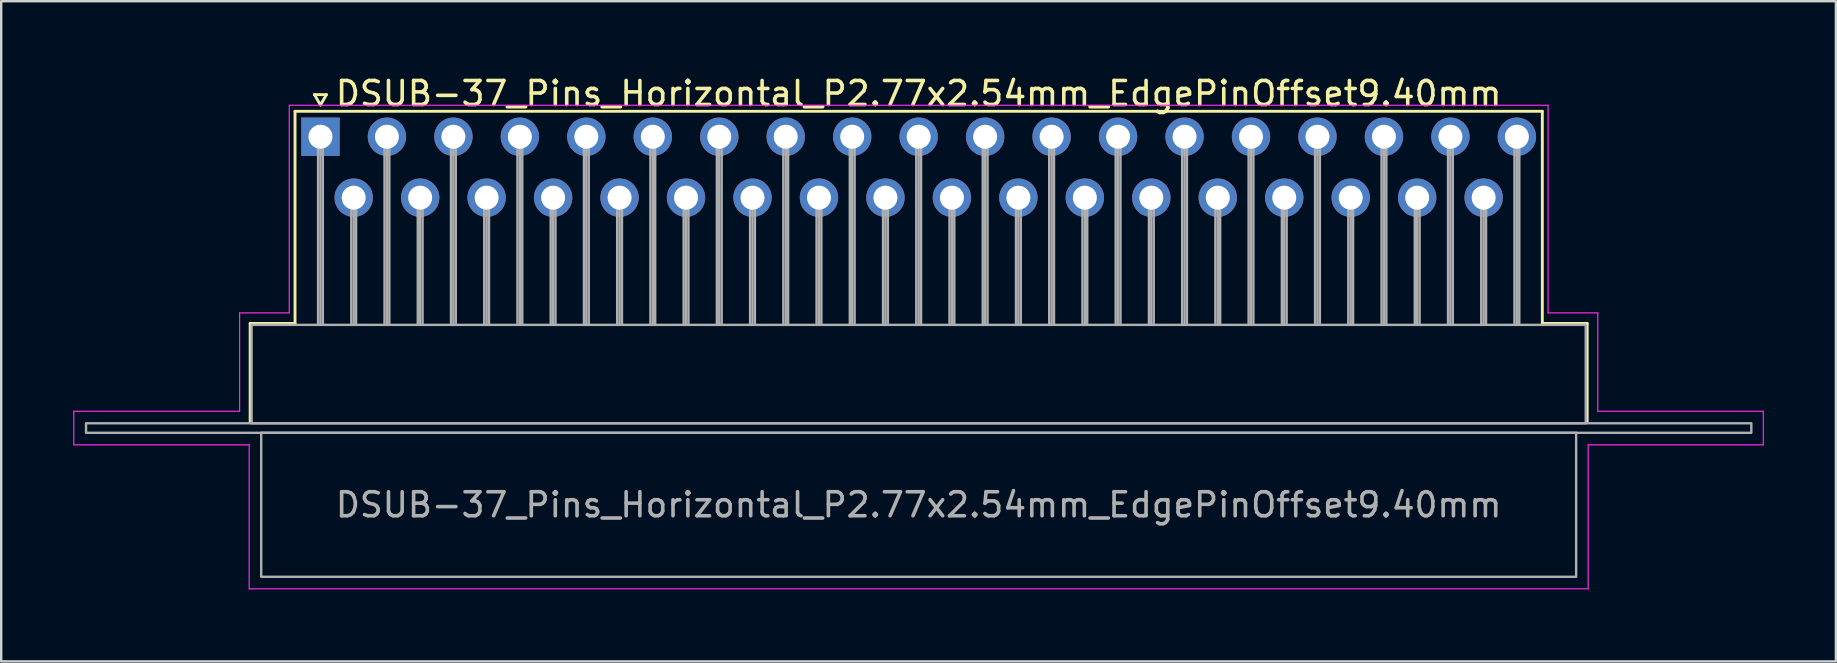
<source format=kicad_pcb>
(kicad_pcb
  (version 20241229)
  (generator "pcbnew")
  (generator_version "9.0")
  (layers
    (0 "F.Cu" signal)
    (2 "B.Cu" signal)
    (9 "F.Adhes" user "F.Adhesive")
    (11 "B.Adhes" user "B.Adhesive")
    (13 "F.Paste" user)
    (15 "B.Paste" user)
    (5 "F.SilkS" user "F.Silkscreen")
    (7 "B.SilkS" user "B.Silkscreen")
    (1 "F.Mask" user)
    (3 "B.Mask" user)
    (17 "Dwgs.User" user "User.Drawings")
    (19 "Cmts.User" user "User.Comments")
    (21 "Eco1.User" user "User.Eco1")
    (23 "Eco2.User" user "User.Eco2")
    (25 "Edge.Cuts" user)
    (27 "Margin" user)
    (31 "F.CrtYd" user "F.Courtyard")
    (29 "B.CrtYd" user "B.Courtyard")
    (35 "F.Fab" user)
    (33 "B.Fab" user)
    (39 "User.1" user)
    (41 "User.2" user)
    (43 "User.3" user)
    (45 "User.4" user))
  (footprint "DSUB-37_Pins_Horizontal_P2.77x2.54mm_EdgePinOffset9.40mm"
    (layer "F.Cu")
    (at 10.305 2.648)
    (property "Reference" "DSUB-37_Pins_Horizontal_P2.77x2.54mm_EdgePinOffset9.40mm" (at 24.93 -1.8 0) (layer "F.SilkS") (effects (font (size 1 1) (thickness 0.15))))
    (attr through_hole)
    (fp_line (start -2.93 7.78) (end -1.06 7.78) (stroke (width 0.12) (type solid)) (layer "F.SilkS"))
    (fp_line (start -2.93 11.88) (end -2.93 7.78) (stroke (width 0.12) (type solid)) (layer "F.SilkS"))
    (fp_line (start -1.06 -1.06) (end 50.92 -1.06) (stroke (width 0.12) (type solid)) (layer "F.SilkS"))
    (fp_line (start -1.06 7.78) (end -1.06 -1.06) (stroke (width 0.12) (type solid)) (layer "F.SilkS"))
    (fp_line (start -0.25 -1.754) (end 0.25 -1.754) (stroke (width 0.12) (type solid)) (layer "F.SilkS"))
    (fp_line (start 0 -1.321) (end -0.25 -1.754) (stroke (width 0.12) (type solid)) (layer "F.SilkS"))
    (fp_line (start 0.25 -1.754) (end 0 -1.321) (stroke (width 0.12) (type solid)) (layer "F.SilkS"))
    (fp_line (start 50.92 -1.06) (end 50.92 7.78) (stroke (width 0.12) (type solid)) (layer "F.SilkS"))
    (fp_line (start 50.92 7.78) (end 52.79 7.78) (stroke (width 0.12) (type solid)) (layer "F.SilkS"))
    (fp_line (start 52.79 7.78) (end 52.79 11.88) (stroke (width 0.12) (type solid)) (layer "F.SilkS"))
    (fp_line (start -10.28 11.44) (end -3.37 11.44) (stroke (width 0.05) (type solid)) (layer "F.CrtYd"))
    (fp_line (start -10.28 12.84) (end -10.28 11.44) (stroke (width 0.05) (type solid)) (layer "F.CrtYd"))
    (fp_line (start -3.37 7.34) (end -1.3 7.34) (stroke (width 0.05) (type solid)) (layer "F.CrtYd"))
    (fp_line (start -3.37 11.44) (end -3.37 7.34) (stroke (width 0.05) (type solid)) (layer "F.CrtYd"))
    (fp_line (start -2.97 12.84) (end -10.28 12.84) (stroke (width 0.05) (type solid)) (layer "F.CrtYd"))
    (fp_line (start -2.97 18.84) (end -2.97 12.84) (stroke (width 0.05) (type solid)) (layer "F.CrtYd"))
    (fp_line (start -1.3 -1.31) (end 51.16 -1.31) (stroke (width 0.05) (type solid)) (layer "F.CrtYd"))
    (fp_line (start -1.3 7.34) (end -1.3 -1.31) (stroke (width 0.05) (type solid)) (layer "F.CrtYd"))
    (fp_line (start 51.16 -1.31) (end 51.16 7.34) (stroke (width 0.05) (type solid)) (layer "F.CrtYd"))
    (fp_line (start 51.16 7.34) (end 53.23 7.34) (stroke (width 0.05) (type solid)) (layer "F.CrtYd"))
    (fp_line (start 52.83 12.84) (end 52.83 18.84) (stroke (width 0.05) (type solid)) (layer "F.CrtYd"))
    (fp_line (start 52.83 18.84) (end -2.97 18.84) (stroke (width 0.05) (type solid)) (layer "F.CrtYd"))
    (fp_line (start 53.23 7.34) (end 53.23 11.44) (stroke (width 0.05) (type solid)) (layer "F.CrtYd"))
    (fp_line (start 53.23 11.44) (end 60.13 11.44) (stroke (width 0.05) (type solid)) (layer "F.CrtYd"))
    (fp_line (start 60.13 11.44) (end 60.13 12.84) (stroke (width 0.05) (type solid)) (layer "F.CrtYd"))
    (fp_line (start 60.13 12.84) (end 52.83 12.84) (stroke (width 0.05) (type solid)) (layer "F.CrtYd"))
    (fp_line (start -0.1 0) (end -0.1 7.84) (stroke (width 0.1) (type solid)) (layer "F.Fab"))
    (fp_line (start 0 0) (end 0 7.84) (stroke (width 0.1) (type solid)) (layer "F.Fab"))
    (fp_line (start 0.1 0) (end 0.1 7.84) (stroke (width 0.1) (type solid)) (layer "F.Fab"))
    (fp_line (start 1.285 2.54) (end 1.285 7.84) (stroke (width 0.1) (type solid)) (layer "F.Fab"))
    (fp_line (start 1.385 2.54) (end 1.385 7.84) (stroke (width 0.1) (type solid)) (layer "F.Fab"))
    (fp_line (start 1.485 2.54) (end 1.485 7.84) (stroke (width 0.1) (type solid)) (layer "F.Fab"))
    (fp_line (start 2.67 0) (end 2.67 7.84) (stroke (width 0.1) (type solid)) (layer "F.Fab"))
    (fp_line (start 2.77 0) (end 2.77 7.84) (stroke (width 0.1) (type solid)) (layer "F.Fab"))
    (fp_line (start 2.87 0) (end 2.87 7.84) (stroke (width 0.1) (type solid)) (layer "F.Fab"))
    (fp_line (start 4.055 2.54) (end 4.055 7.84) (stroke (width 0.1) (type solid)) (layer "F.Fab"))
    (fp_line (start 4.155 2.54) (end 4.155 7.84) (stroke (width 0.1) (type solid)) (layer "F.Fab"))
    (fp_line (start 4.255 2.54) (end 4.255 7.84) (stroke (width 0.1) (type solid)) (layer "F.Fab"))
    (fp_line (start 5.44 0) (end 5.44 7.84) (stroke (width 0.1) (type solid)) (layer "F.Fab"))
    (fp_line (start 5.54 0) (end 5.54 7.84) (stroke (width 0.1) (type solid)) (layer "F.Fab"))
    (fp_line (start 5.64 0) (end 5.64 7.84) (stroke (width 0.1) (type solid)) (layer "F.Fab"))
    (fp_line (start 6.825 2.54) (end 6.825 7.84) (stroke (width 0.1) (type solid)) (layer "F.Fab"))
    (fp_line (start 6.925 2.54) (end 6.925 7.84) (stroke (width 0.1) (type solid)) (layer "F.Fab"))
    (fp_line (start 7.025 2.54) (end 7.025 7.84) (stroke (width 0.1) (type solid)) (layer "F.Fab"))
    (fp_line (start 8.21 0) (end 8.21 7.84) (stroke (width 0.1) (type solid)) (layer "F.Fab"))
    (fp_line (start 8.31 0) (end 8.31 7.84) (stroke (width 0.1) (type solid)) (layer "F.Fab"))
    (fp_line (start 8.41 0) (end 8.41 7.84) (stroke (width 0.1) (type solid)) (layer "F.Fab"))
    (fp_line (start 9.595 2.54) (end 9.595 7.84) (stroke (width 0.1) (type solid)) (layer "F.Fab"))
    (fp_line (start 9.695 2.54) (end 9.695 7.84) (stroke (width 0.1) (type solid)) (layer "F.Fab"))
    (fp_line (start 9.795 2.54) (end 9.795 7.84) (stroke (width 0.1) (type solid)) (layer "F.Fab"))
    (fp_line (start 10.98 0) (end 10.98 7.84) (stroke (width 0.1) (type solid)) (layer "F.Fab"))
    (fp_line (start 11.08 0) (end 11.08 7.84) (stroke (width 0.1) (type solid)) (layer "F.Fab"))
    (fp_line (start 11.18 0) (end 11.18 7.84) (stroke (width 0.1) (type solid)) (layer "F.Fab"))
    (fp_line (start 12.365 2.54) (end 12.365 7.84) (stroke (width 0.1) (type solid)) (layer "F.Fab"))
    (fp_line (start 12.465 2.54) (end 12.465 7.84) (stroke (width 0.1) (type solid)) (layer "F.Fab"))
    (fp_line (start 12.565 2.54) (end 12.565 7.84) (stroke (width 0.1) (type solid)) (layer "F.Fab"))
    (fp_line (start 13.75 0) (end 13.75 7.84) (stroke (width 0.1) (type solid)) (layer "F.Fab"))
    (fp_line (start 13.85 0) (end 13.85 7.84) (stroke (width 0.1) (type solid)) (layer "F.Fab"))
    (fp_line (start 13.95 0) (end 13.95 7.84) (stroke (width 0.1) (type solid)) (layer "F.Fab"))
    (fp_line (start 15.135 2.54) (end 15.135 7.84) (stroke (width 0.1) (type solid)) (layer "F.Fab"))
    (fp_line (start 15.235 2.54) (end 15.235 7.84) (stroke (width 0.1) (type solid)) (layer "F.Fab"))
    (fp_line (start 15.335 2.54) (end 15.335 7.84) (stroke (width 0.1) (type solid)) (layer "F.Fab"))
    (fp_line (start 16.52 0) (end 16.52 7.84) (stroke (width 0.1) (type solid)) (layer "F.Fab"))
    (fp_line (start 16.62 0) (end 16.62 7.84) (stroke (width 0.1) (type solid)) (layer "F.Fab"))
    (fp_line (start 16.72 0) (end 16.72 7.84) (stroke (width 0.1) (type solid)) (layer "F.Fab"))
    (fp_line (start 17.905 2.54) (end 17.905 7.84) (stroke (width 0.1) (type solid)) (layer "F.Fab"))
    (fp_line (start 18.005 2.54) (end 18.005 7.84) (stroke (width 0.1) (type solid)) (layer "F.Fab"))
    (fp_line (start 18.105 2.54) (end 18.105 7.84) (stroke (width 0.1) (type solid)) (layer "F.Fab"))
    (fp_line (start 19.29 0) (end 19.29 7.84) (stroke (width 0.1) (type solid)) (layer "F.Fab"))
    (fp_line (start 19.39 0) (end 19.39 7.84) (stroke (width 0.1) (type solid)) (layer "F.Fab"))
    (fp_line (start 19.49 0) (end 19.49 7.84) (stroke (width 0.1) (type solid)) (layer "F.Fab"))
    (fp_line (start 20.675 2.54) (end 20.675 7.84) (stroke (width 0.1) (type solid)) (layer "F.Fab"))
    (fp_line (start 20.775 2.54) (end 20.775 7.84) (stroke (width 0.1) (type solid)) (layer "F.Fab"))
    (fp_line (start 20.875 2.54) (end 20.875 7.84) (stroke (width 0.1) (type solid)) (layer "F.Fab"))
    (fp_line (start 22.06 0) (end 22.06 7.84) (stroke (width 0.1) (type solid)) (layer "F.Fab"))
    (fp_line (start 22.16 0) (end 22.16 7.84) (stroke (width 0.1) (type solid)) (layer "F.Fab"))
    (fp_line (start 22.26 0) (end 22.26 7.84) (stroke (width 0.1) (type solid)) (layer "F.Fab"))
    (fp_line (start 23.445 2.54) (end 23.445 7.84) (stroke (width 0.1) (type solid)) (layer "F.Fab"))
    (fp_line (start 23.545 2.54) (end 23.545 7.84) (stroke (width 0.1) (type solid)) (layer "F.Fab"))
    (fp_line (start 23.645 2.54) (end 23.645 7.84) (stroke (width 0.1) (type solid)) (layer "F.Fab"))
    (fp_line (start 24.83 0) (end 24.83 7.84) (stroke (width 0.1) (type solid)) (layer "F.Fab"))
    (fp_line (start 24.93 0) (end 24.93 7.84) (stroke (width 0.1) (type solid)) (layer "F.Fab"))
    (fp_line (start 25.03 0) (end 25.03 7.84) (stroke (width 0.1) (type solid)) (layer "F.Fab"))
    (fp_line (start 26.215 2.54) (end 26.215 7.84) (stroke (width 0.1) (type solid)) (layer "F.Fab"))
    (fp_line (start 26.315 2.54) (end 26.315 7.84) (stroke (width 0.1) (type solid)) (layer "F.Fab"))
    (fp_line (start 26.415 2.54) (end 26.415 7.84) (stroke (width 0.1) (type solid)) (layer "F.Fab"))
    (fp_line (start 27.6 0) (end 27.6 7.84) (stroke (width 0.1) (type solid)) (layer "F.Fab"))
    (fp_line (start 27.7 0) (end 27.7 7.84) (stroke (width 0.1) (type solid)) (layer "F.Fab"))
    (fp_line (start 27.8 0) (end 27.8 7.84) (stroke (width 0.1) (type solid)) (layer "F.Fab"))
    (fp_line (start 28.985 2.54) (end 28.985 7.84) (stroke (width 0.1) (type solid)) (layer "F.Fab"))
    (fp_line (start 29.085 2.54) (end 29.085 7.84) (stroke (width 0.1) (type solid)) (layer "F.Fab"))
    (fp_line (start 29.185 2.54) (end 29.185 7.84) (stroke (width 0.1) (type solid)) (layer "F.Fab"))
    (fp_line (start 30.37 0) (end 30.37 7.84) (stroke (width 0.1) (type solid)) (layer "F.Fab"))
    (fp_line (start 30.47 0) (end 30.47 7.84) (stroke (width 0.1) (type solid)) (layer "F.Fab"))
    (fp_line (start 30.57 0) (end 30.57 7.84) (stroke (width 0.1) (type solid)) (layer "F.Fab"))
    (fp_line (start 31.755 2.54) (end 31.755 7.84) (stroke (width 0.1) (type solid)) (layer "F.Fab"))
    (fp_line (start 31.855 2.54) (end 31.855 7.84) (stroke (width 0.1) (type solid)) (layer "F.Fab"))
    (fp_line (start 31.955 2.54) (end 31.955 7.84) (stroke (width 0.1) (type solid)) (layer "F.Fab"))
    (fp_line (start 33.14 0) (end 33.14 7.84) (stroke (width 0.1) (type solid)) (layer "F.Fab"))
    (fp_line (start 33.24 0) (end 33.24 7.84) (stroke (width 0.1) (type solid)) (layer "F.Fab"))
    (fp_line (start 33.34 0) (end 33.34 7.84) (stroke (width 0.1) (type solid)) (layer "F.Fab"))
    (fp_line (start 34.525 2.54) (end 34.525 7.84) (stroke (width 0.1) (type solid)) (layer "F.Fab"))
    (fp_line (start 34.625 2.54) (end 34.625 7.84) (stroke (width 0.1) (type solid)) (layer "F.Fab"))
    (fp_line (start 34.725 2.54) (end 34.725 7.84) (stroke (width 0.1) (type solid)) (layer "F.Fab"))
    (fp_line (start 35.91 0) (end 35.91 7.84) (stroke (width 0.1) (type solid)) (layer "F.Fab"))
    (fp_line (start 36.01 0) (end 36.01 7.84) (stroke (width 0.1) (type solid)) (layer "F.Fab"))
    (fp_line (start 36.11 0) (end 36.11 7.84) (stroke (width 0.1) (type solid)) (layer "F.Fab"))
    (fp_line (start 37.295 2.54) (end 37.295 7.84) (stroke (width 0.1) (type solid)) (layer "F.Fab"))
    (fp_line (start 37.395 2.54) (end 37.395 7.84) (stroke (width 0.1) (type solid)) (layer "F.Fab"))
    (fp_line (start 37.495 2.54) (end 37.495 7.84) (stroke (width 0.1) (type solid)) (layer "F.Fab"))
    (fp_line (start 38.68 0) (end 38.68 7.84) (stroke (width 0.1) (type solid)) (layer "F.Fab"))
    (fp_line (start 38.78 0) (end 38.78 7.84) (stroke (width 0.1) (type solid)) (layer "F.Fab"))
    (fp_line (start 38.88 0) (end 38.88 7.84) (stroke (width 0.1) (type solid)) (layer "F.Fab"))
    (fp_line (start 40.065 2.54) (end 40.065 7.84) (stroke (width 0.1) (type solid)) (layer "F.Fab"))
    (fp_line (start 40.165 2.54) (end 40.165 7.84) (stroke (width 0.1) (type solid)) (layer "F.Fab"))
    (fp_line (start 40.265 2.54) (end 40.265 7.84) (stroke (width 0.1) (type solid)) (layer "F.Fab"))
    (fp_line (start 41.45 0) (end 41.45 7.84) (stroke (width 0.1) (type solid)) (layer "F.Fab"))
    (fp_line (start 41.55 0) (end 41.55 7.84) (stroke (width 0.1) (type solid)) (layer "F.Fab"))
    (fp_line (start 41.65 0) (end 41.65 7.84) (stroke (width 0.1) (type solid)) (layer "F.Fab"))
    (fp_line (start 42.835 2.54) (end 42.835 7.84) (stroke (width 0.1) (type solid)) (layer "F.Fab"))
    (fp_line (start 42.935 2.54) (end 42.935 7.84) (stroke (width 0.1) (type solid)) (layer "F.Fab"))
    (fp_line (start 43.035 2.54) (end 43.035 7.84) (stroke (width 0.1) (type solid)) (layer "F.Fab"))
    (fp_line (start 44.22 0) (end 44.22 7.84) (stroke (width 0.1) (type solid)) (layer "F.Fab"))
    (fp_line (start 44.32 0) (end 44.32 7.84) (stroke (width 0.1) (type solid)) (layer "F.Fab"))
    (fp_line (start 44.42 0) (end 44.42 7.84) (stroke (width 0.1) (type solid)) (layer "F.Fab"))
    (fp_line (start 45.605 2.54) (end 45.605 7.84) (stroke (width 0.1) (type solid)) (layer "F.Fab"))
    (fp_line (start 45.705 2.54) (end 45.705 7.84) (stroke (width 0.1) (type solid)) (layer "F.Fab"))
    (fp_line (start 45.805 2.54) (end 45.805 7.84) (stroke (width 0.1) (type solid)) (layer "F.Fab"))
    (fp_line (start 46.99 0) (end 46.99 7.84) (stroke (width 0.1) (type solid)) (layer "F.Fab"))
    (fp_line (start 47.09 0) (end 47.09 7.84) (stroke (width 0.1) (type solid)) (layer "F.Fab"))
    (fp_line (start 47.19 0) (end 47.19 7.84) (stroke (width 0.1) (type solid)) (layer "F.Fab"))
    (fp_line (start 48.375 2.54) (end 48.375 7.84) (stroke (width 0.1) (type solid)) (layer "F.Fab"))
    (fp_line (start 48.475 2.54) (end 48.475 7.84) (stroke (width 0.1) (type solid)) (layer "F.Fab"))
    (fp_line (start 48.575 2.54) (end 48.575 7.84) (stroke (width 0.1) (type solid)) (layer "F.Fab"))
    (fp_line (start 49.76 0) (end 49.76 7.84) (stroke (width 0.1) (type solid)) (layer "F.Fab"))
    (fp_line (start 49.86 0) (end 49.86 7.84) (stroke (width 0.1) (type solid)) (layer "F.Fab"))
    (fp_line (start 49.96 0) (end 49.96 7.84) (stroke (width 0.1) (type solid)) (layer "F.Fab"))
    (fp_rect (start -9.77 11.94) (end 59.63 12.34) (stroke (width 0.1) (type solid)) (fill no) (layer "F.Fab"))
    (fp_rect (start -2.87 7.84) (end 52.73 11.94) (stroke (width 0.1) (type solid)) (fill no) (layer "F.Fab"))
    (fp_rect (start -2.47 12.34) (end 52.33 18.34) (stroke (width 0.1) (type solid)) (fill no) (layer "F.Fab"))
    (fp_text user "${REFERENCE}" (at 24.93 15.34 0) (layer "F.Fab") (effects (font (size 1 1) (thickness 0.15))))
    (pad "1" thru_hole rect (at 0 0) (size 1.6 1.6) (drill 1) (layers "*.Cu" "*.Mask"))
    (pad "2" thru_hole circle (at 2.77 0) (size 1.6 1.6) (drill 1) (layers "*.Cu" "*.Mask"))
    (pad "3" thru_hole circle (at 5.54 0) (size 1.6 1.6) (drill 1) (layers "*.Cu" "*.Mask"))
    (pad "4" thru_hole circle (at 8.31 0) (size 1.6 1.6) (drill 1) (layers "*.Cu" "*.Mask"))
    (pad "5" thru_hole circle (at 11.08 0) (size 1.6 1.6) (drill 1) (layers "*.Cu" "*.Mask"))
    (pad "6" thru_hole circle (at 13.85 0) (size 1.6 1.6) (drill 1) (layers "*.Cu" "*.Mask"))
    (pad "7" thru_hole circle (at 16.62 0) (size 1.6 1.6) (drill 1) (layers "*.Cu" "*.Mask"))
    (pad "8" thru_hole circle (at 19.39 0) (size 1.6 1.6) (drill 1) (layers "*.Cu" "*.Mask"))
    (pad "9" thru_hole circle (at 22.16 0) (size 1.6 1.6) (drill 1) (layers "*.Cu" "*.Mask"))
    (pad "10" thru_hole circle (at 24.93 0) (size 1.6 1.6) (drill 1) (layers "*.Cu" "*.Mask"))
    (pad "11" thru_hole circle (at 27.7 0) (size 1.6 1.6) (drill 1) (layers "*.Cu" "*.Mask"))
    (pad "12" thru_hole circle (at 30.47 0) (size 1.6 1.6) (drill 1) (layers "*.Cu" "*.Mask"))
    (pad "13" thru_hole circle (at 33.24 0) (size 1.6 1.6) (drill 1) (layers "*.Cu" "*.Mask"))
    (pad "14" thru_hole circle (at 36.01 0) (size 1.6 1.6) (drill 1) (layers "*.Cu" "*.Mask"))
    (pad "15" thru_hole circle (at 38.78 0) (size 1.6 1.6) (drill 1) (layers "*.Cu" "*.Mask"))
    (pad "16" thru_hole circle (at 41.55 0) (size 1.6 1.6) (drill 1) (layers "*.Cu" "*.Mask"))
    (pad "17" thru_hole circle (at 44.32 0) (size 1.6 1.6) (drill 1) (layers "*.Cu" "*.Mask"))
    (pad "18" thru_hole circle (at 47.09 0) (size 1.6 1.6) (drill 1) (layers "*.Cu" "*.Mask"))
    (pad "19" thru_hole circle (at 49.86 0) (size 1.6 1.6) (drill 1) (layers "*.Cu" "*.Mask"))
    (pad "20" thru_hole circle (at 1.385 2.54) (size 1.6 1.6) (drill 1) (layers "*.Cu" "*.Mask"))
    (pad "21" thru_hole circle (at 4.155 2.54) (size 1.6 1.6) (drill 1) (layers "*.Cu" "*.Mask"))
    (pad "22" thru_hole circle (at 6.925 2.54) (size 1.6 1.6) (drill 1) (layers "*.Cu" "*.Mask"))
    (pad "23" thru_hole circle (at 9.695 2.54) (size 1.6 1.6) (drill 1) (layers "*.Cu" "*.Mask"))
    (pad "24" thru_hole circle (at 12.465 2.54) (size 1.6 1.6) (drill 1) (layers "*.Cu" "*.Mask"))
    (pad "25" thru_hole circle (at 15.235 2.54) (size 1.6 1.6) (drill 1) (layers "*.Cu" "*.Mask"))
    (pad "26" thru_hole circle (at 18.005 2.54) (size 1.6 1.6) (drill 1) (layers "*.Cu" "*.Mask"))
    (pad "27" thru_hole circle (at 20.775 2.54) (size 1.6 1.6) (drill 1) (layers "*.Cu" "*.Mask"))
    (pad "28" thru_hole circle (at 23.545 2.54) (size 1.6 1.6) (drill 1) (layers "*.Cu" "*.Mask"))
    (pad "29" thru_hole circle (at 26.315 2.54) (size 1.6 1.6) (drill 1) (layers "*.Cu" "*.Mask"))
    (pad "30" thru_hole circle (at 29.085 2.54) (size 1.6 1.6) (drill 1) (layers "*.Cu" "*.Mask"))
    (pad "31" thru_hole circle (at 31.855 2.54) (size 1.6 1.6) (drill 1) (layers "*.Cu" "*.Mask"))
    (pad "32" thru_hole circle (at 34.625 2.54) (size 1.6 1.6) (drill 1) (layers "*.Cu" "*.Mask"))
    (pad "33" thru_hole circle (at 37.395 2.54) (size 1.6 1.6) (drill 1) (layers "*.Cu" "*.Mask"))
    (pad "34" thru_hole circle (at 40.165 2.54) (size 1.6 1.6) (drill 1) (layers "*.Cu" "*.Mask"))
    (pad "35" thru_hole circle (at 42.935 2.54) (size 1.6 1.6) (drill 1) (layers "*.Cu" "*.Mask"))
    (pad "36" thru_hole circle (at 45.705 2.54) (size 1.6 1.6) (drill 1) (layers "*.Cu" "*.Mask"))
    (pad "37" thru_hole circle (at 48.475 2.54) (size 1.6 1.6) (drill 1) (layers "*.Cu" "*.Mask")))
  (gr_rect
    (start -3 -3)
    (end 73.46 24.513)
    (stroke (width 0.1) (type default))
    (fill no)
    (layer "Edge.Cuts")))
</source>
